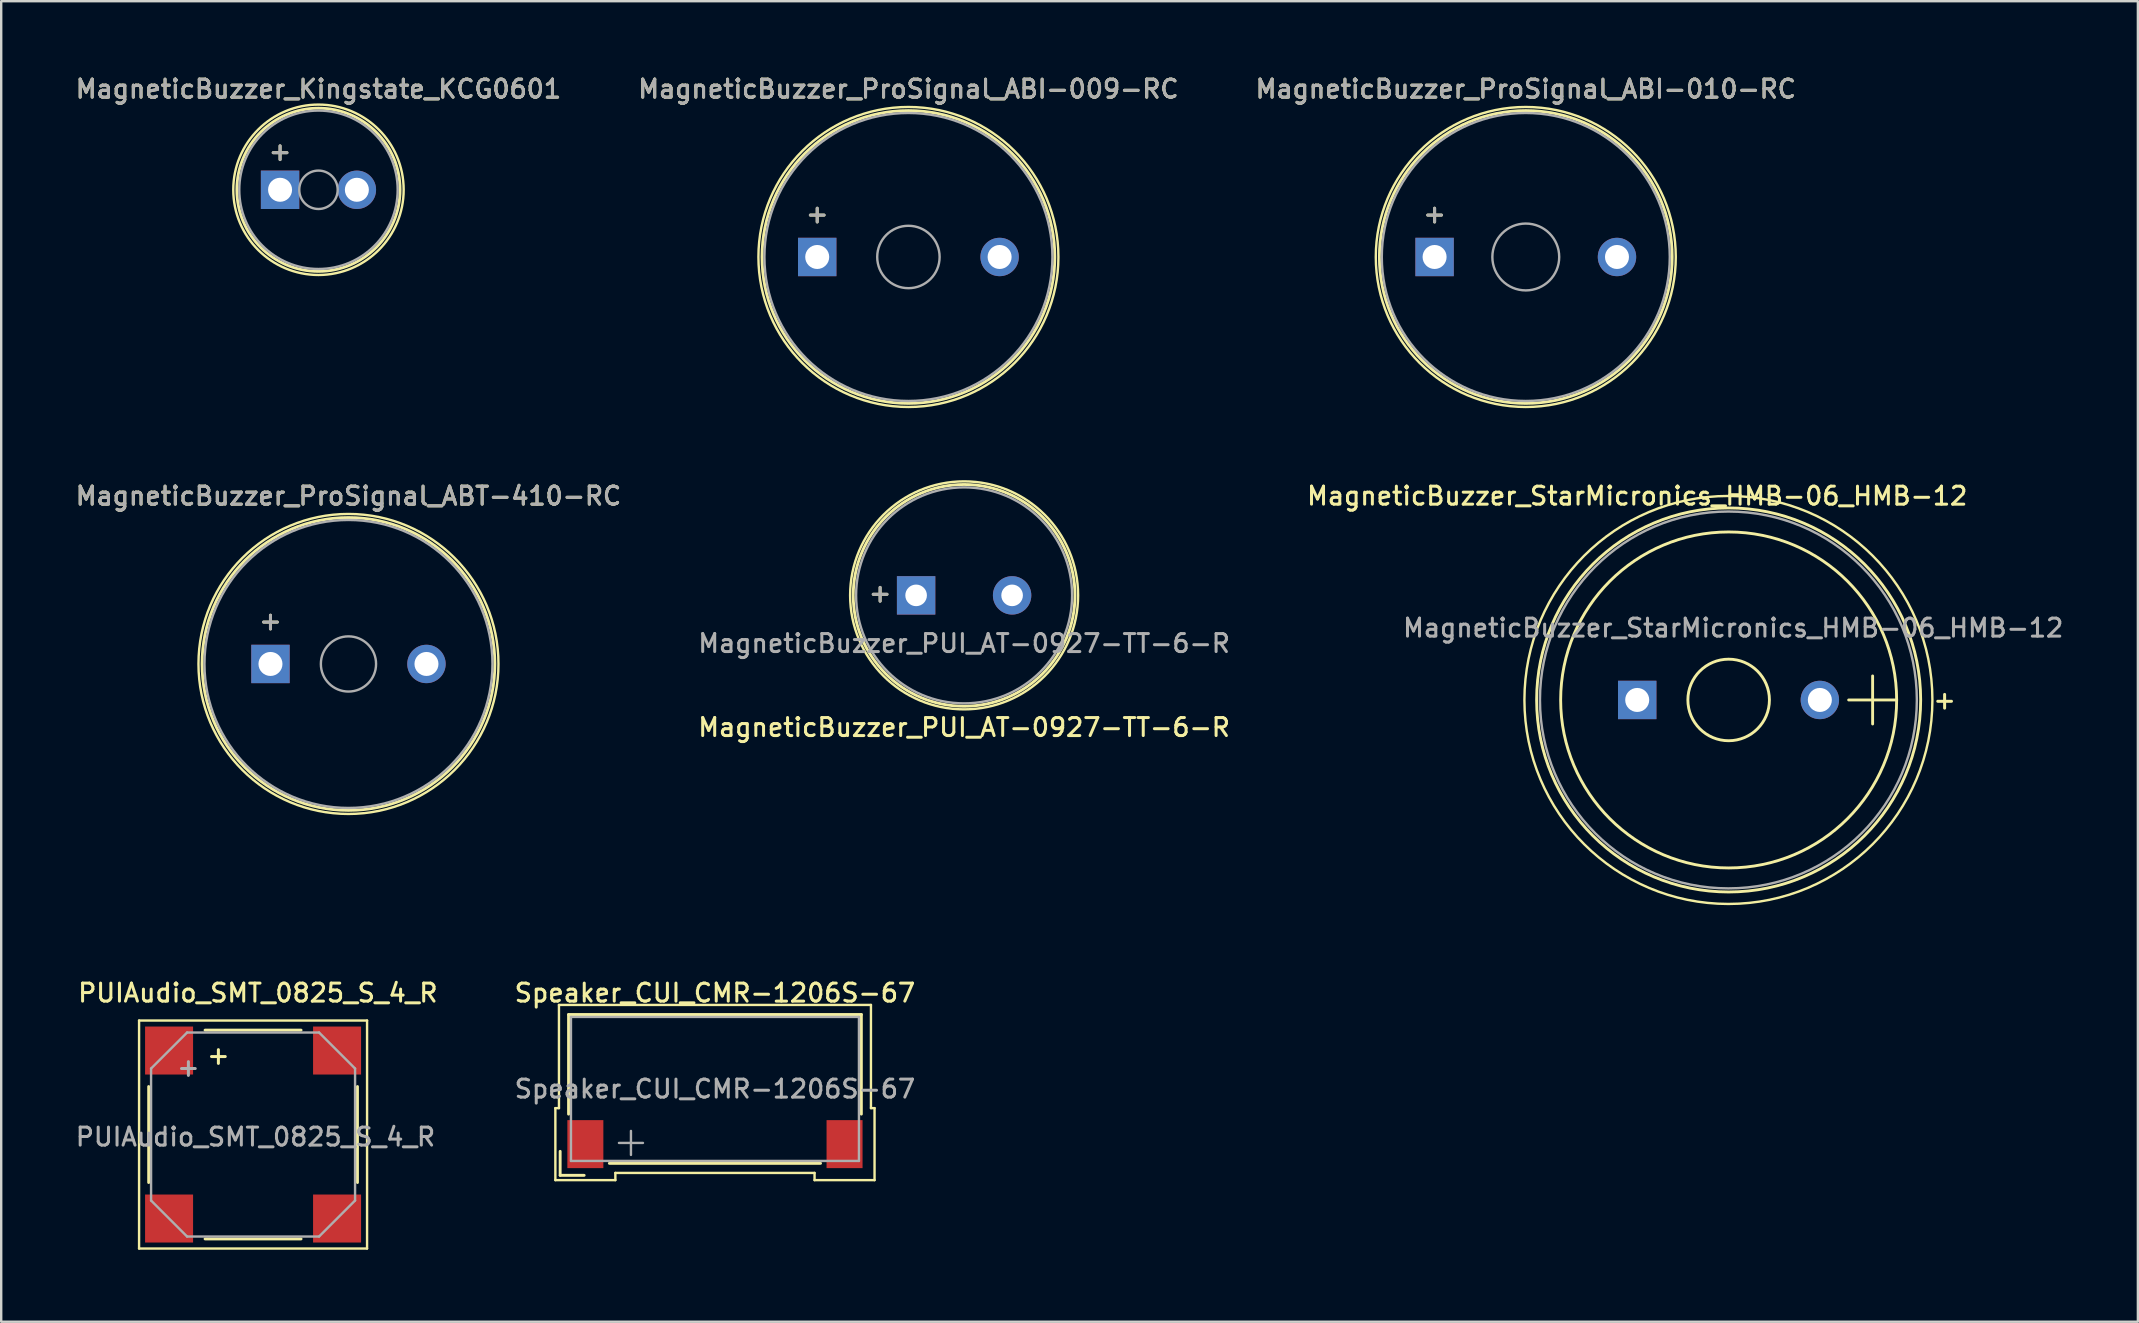
<source format=kicad_pcb>
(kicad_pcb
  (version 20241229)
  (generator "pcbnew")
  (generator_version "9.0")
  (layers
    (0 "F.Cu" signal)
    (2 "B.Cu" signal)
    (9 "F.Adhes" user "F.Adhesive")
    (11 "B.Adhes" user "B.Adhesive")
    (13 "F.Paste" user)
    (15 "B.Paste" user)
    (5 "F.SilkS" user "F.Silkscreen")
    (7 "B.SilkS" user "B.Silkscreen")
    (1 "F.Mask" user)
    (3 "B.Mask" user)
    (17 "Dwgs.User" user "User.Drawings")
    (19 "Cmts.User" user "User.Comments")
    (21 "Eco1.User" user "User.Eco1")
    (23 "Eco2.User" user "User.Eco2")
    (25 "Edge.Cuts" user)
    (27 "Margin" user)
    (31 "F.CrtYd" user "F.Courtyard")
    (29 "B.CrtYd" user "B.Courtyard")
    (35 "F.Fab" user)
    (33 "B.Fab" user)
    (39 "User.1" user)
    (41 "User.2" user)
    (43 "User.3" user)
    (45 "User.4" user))
  (footprint "PUIAudio_SMT_0825_S_4_R"
    (layer "F.Cu")
    (at 7.495 44.224)
    (property "Reference" "PUIAudio_SMT_0825_S_4_R" (at 0.2 -5.9 0) (layer "F.SilkS") (effects (font (size 0.75 0.75) (thickness 0.125))))
    (attr smd)
    (fp_line (start -4.75 -4.75) (end 4.75 -4.75) (stroke (width 0.1) (type solid)) (layer "F.SilkS"))
    (fp_line (start -4.75 4.75) (end -4.75 -4.75) (stroke (width 0.1) (type solid)) (layer "F.SilkS"))
    (fp_line (start -4.35 -2) (end -4.35 2) (stroke (width 0.12) (type solid)) (layer "F.SilkS"))
    (fp_line (start -2 4.35) (end 2 4.35) (stroke (width 0.12) (type solid)) (layer "F.SilkS"))
    (fp_line (start 2 -4.35) (end -2 -4.35) (stroke (width 0.12) (type solid)) (layer "F.SilkS"))
    (fp_line (start 4.35 2) (end 4.35 -2) (stroke (width 0.12) (type solid)) (layer "F.SilkS"))
    (fp_line (start 4.75 -4.75) (end 4.75 4.75) (stroke (width 0.1) (type solid)) (layer "F.SilkS"))
    (fp_line (start 4.75 4.75) (end -4.75 4.75) (stroke (width 0.1) (type solid)) (layer "F.SilkS"))
    (fp_line (start -4.25 -2.75) (end -2.75 -4.25) (stroke (width 0.1) (type solid)) (layer "F.Fab"))
    (fp_line (start -4.25 2.75) (end -4.25 -2.75) (stroke (width 0.1) (type solid)) (layer "F.Fab"))
    (fp_line (start -2.75 -4.25) (end 2.75 -4.25) (stroke (width 0.1) (type solid)) (layer "F.Fab"))
    (fp_line (start -2.75 4.25) (end -4.25 2.75) (stroke (width 0.1) (type solid)) (layer "F.Fab"))
    (fp_line (start 2.75 -4.25) (end 4.25 -2.75) (stroke (width 0.1) (type solid)) (layer "F.Fab"))
    (fp_line (start 2.75 4.25) (end -2.75 4.25) (stroke (width 0.1) (type solid)) (layer "F.Fab"))
    (fp_line (start 4.25 -2.75) (end 4.25 2.75) (stroke (width 0.1) (type solid)) (layer "F.Fab"))
    (fp_line (start 4.25 2.75) (end 2.75 4.25) (stroke (width 0.1) (type solid)) (layer "F.Fab"))
    (fp_text user "+" (at -1.5 -3.25 270) (layer "F.SilkS") (effects (font (size 0.75 0.75) (thickness 0.125))))
    (fp_text user "+" (at -2.75 -2.75 270) (layer "F.Fab") (effects (font (size 0.75 0.75) (thickness 0.125))))
    (fp_text user "${REFERENCE}" (at 0.1 0.1 0) (layer "F.Fab") (effects (font (size 0.75 0.75) (thickness 0.125))))
    (pad "1" smd rect (at -3.5 -3.5 270) (size 2 2) (layers "F.Cu" "F.Mask" "F.Paste"))
    (pad "2" smd rect (at -3.5 3.5 270) (size 2 2) (layers "F.Cu" "F.Mask" "F.Paste"))
    (pad "3" smd rect (at 3.5 3.5 270) (size 2 2) (layers "F.Cu" "F.Mask" "F.Paste"))
    (pad "4" smd rect (at 3.5 -3.5 270) (size 2 2) (layers "F.Cu" "F.Mask" "F.Paste")))
  (footprint "MagneticBuzzer_StarMicronics_HMB-06_HMB-12"
    (layer "F.Cu")
    (at 65.17 26.116)
    (property "Reference" "MagneticBuzzer_StarMicronics_HMB-06_HMB-12" (at 0 -8.5 0) (layer "F.SilkS") (effects (font (size 0.75 0.75) (thickness 0.125))))
    (attr through_hole)
    (fp_line (start 8.811 0) (end 10.81 0) (stroke (width 0.12) (type solid)) (layer "F.SilkS"))
    (fp_line (start 9.809 -1.001) (end 9.809 1.001) (stroke (width 0.12) (type solid)) (layer "F.SilkS"))
    (fp_circle (center 3.8 0) (end 12.3 0) (stroke (width 0.1) (type solid)) (fill no) (layer "F.SilkS"))
    (fp_circle (center 3.81 0) (end 5.509 0) (stroke (width 0.12) (type solid)) (fill no) (layer "F.SilkS"))
    (fp_circle (center 3.81 0) (end 10.81 0) (stroke (width 0.12) (type solid)) (fill no) (layer "F.SilkS"))
    (fp_circle (center 3.81 0) (end 11.811 0) (stroke (width 0.12) (type solid)) (fill no) (layer "F.SilkS"))
    (fp_circle (center 3.8 0) (end 11.6 -0.9) (stroke (width 0.1) (type solid)) (fill no) (layer "F.Fab"))
    (fp_text user "+" (at 12.809 0 0) (layer "F.SilkS") (effects (font (size 0.75 0.75) (thickness 0.125))))
    (fp_text user "${REFERENCE}" (at 4 -3 0) (layer "F.Fab") (effects (font (size 0.75 0.75) (thickness 0.125))))
    (pad "1" thru_hole rect (at 0 0) (size 1.6 1.6) (drill 1.001) (layers "*.Cu" "*.Mask"))
    (pad "2" thru_hole circle (at 7.61 0) (size 1.6 1.6) (drill 1.001) (layers "*.Cu" "*.Mask")))
  (footprint "MagneticBuzzer_ProSignal_ABI-009-RC"
    (layer "F.Cu")
    (at 31.002 7.658)
    (property "Reference" "MagneticBuzzer_ProSignal_ABI-009-RC" (at 3.8 -7 0) (layer "F.SilkS") (effects (font (size 0.75 0.75) (thickness 0.125))))
    (attr through_hole)
    (fp_circle (center 3.8 0) (end 9.9 0) (stroke (width 0.12) (type solid)) (fill no) (layer "F.SilkS"))
    (fp_circle (center 3.8 0) (end 10.05 0) (stroke (width 0.1) (type solid)) (fill no) (layer "F.SilkS"))
    (fp_circle (center 3.8 0) (end 5.1 0) (stroke (width 0.1) (type solid)) (fill no) (layer "F.Fab"))
    (fp_circle (center 3.8 0) (end 9.8 0) (stroke (width 0.1) (type solid)) (fill no) (layer "F.Fab"))
    (fp_text user "+" (at 0 -1.8 0) (layer "F.SilkS") (effects (font (size 0.75 0.75) (thickness 0.125))))
    (fp_text user "${REFERENCE}" (at 3.8 -7 0) (layer "F.Fab") (effects (font (size 0.75 0.75) (thickness 0.125))))
    (fp_text user "+" (at 0 -1.8 0) (layer "F.Fab") (effects (font (size 0.75 0.75) (thickness 0.125))))
    (pad "1" thru_hole rect (at 0 0) (size 1.6 1.6) (drill 1) (layers "*.Cu" "*.Mask"))
    (pad "2" thru_hole circle (at 7.6 0) (size 1.6 1.6) (drill 1) (layers "*.Cu" "*.Mask")))
  (footprint "MagneticBuzzer_PUI_AT-0927-TT-6-R"
    (layer "F.Cu")
    (at 35.123 21.758)
    (property "Reference" "MagneticBuzzer_PUI_AT-0927-TT-6-R" (at 2 5.5 0) (layer "F.SilkS") (effects (font (size 0.75 0.75) (thickness 0.125))))
    (attr through_hole)
    (fp_circle (center 2 0) (end 6.62 0) (stroke (width 0.12) (type solid)) (fill no) (layer "F.SilkS"))
    (fp_circle (center 2 0) (end 6.75 0) (stroke (width 0.1) (type solid)) (fill no) (layer "F.SilkS"))
    (fp_circle (center 2 0) (end 6.5 0) (stroke (width 0.1) (type solid)) (fill no) (layer "F.Fab"))
    (fp_text user "+" (at -1.5 -0.1 0) (layer "F.SilkS") (effects (font (size 0.75 0.75) (thickness 0.125))))
    (fp_text user "+" (at -1.5 -0.1 0) (layer "F.Fab") (effects (font (size 0.75 0.75) (thickness 0.125))))
    (fp_text user "${REFERENCE}" (at 2 2 0) (layer "F.Fab") (effects (font (size 0.75 0.75) (thickness 0.125))))
    (pad "1" thru_hole rect (at 0 0) (size 1.6 1.6) (drill 0.9) (layers "*.Cu" "*.Mask"))
    (pad "2" thru_hole circle (at 4 0) (size 1.6 1.6) (drill 0.9) (layers "*.Cu" "*.Mask")))
  (footprint "MagneticBuzzer_Kingstate_KCG0601"
    (layer "F.Cu")
    (at 8.62 4.858)
    (property "Reference" "MagneticBuzzer_Kingstate_KCG0601" (at 1.6 -4.2 0) (layer "F.SilkS") (effects (font (size 0.75 0.75) (thickness 0.125))))
    (attr through_hole)
    (fp_circle (center 1.6 0) (end 5 0) (stroke (width 0.12) (type solid)) (fill no) (layer "F.SilkS"))
    (fp_circle (center 1.6 0) (end 5.15 0) (stroke (width 0.1) (type solid)) (fill no) (layer "F.SilkS"))
    (fp_circle (center 1.6 0) (end 2.4 0) (stroke (width 0.1) (type solid)) (fill no) (layer "F.Fab"))
    (fp_circle (center 1.6 0) (end 4.9 0) (stroke (width 0.1) (type solid)) (fill no) (layer "F.Fab"))
    (fp_text user "+" (at 0 -1.6 0) (layer "F.SilkS") (effects (font (size 0.75 0.75) (thickness 0.125))))
    (fp_text user "${REFERENCE}" (at 1.6 -4.2 0) (layer "F.Fab") (effects (font (size 0.75 0.75) (thickness 0.125))))
    (fp_text user "+" (at 0 -1.6 0) (layer "F.Fab") (effects (font (size 0.75 0.75) (thickness 0.125))))
    (pad "1" thru_hole rect (at 0 0) (size 1.6 1.6) (drill 1) (layers "*.Cu" "*.Mask"))
    (pad "2" thru_hole circle (at 3.2 0) (size 1.6 1.6) (drill 1) (layers "*.Cu" "*.Mask")))
  (footprint "MagneticBuzzer_ProSignal_ABT-410-RC"
    (layer "F.Cu")
    (at 8.22 24.616)
    (property "Reference" "MagneticBuzzer_ProSignal_ABT-410-RC" (at 3.25 -7 0) (layer "F.SilkS") (effects (font (size 0.75 0.75) (thickness 0.125))))
    (attr through_hole)
    (fp_circle (center 3.25 0) (end 9.35 0) (stroke (width 0.12) (type solid)) (fill no) (layer "F.SilkS"))
    (fp_circle (center 3.25 0) (end 9.5 0) (stroke (width 0.1) (type solid)) (fill no) (layer "F.SilkS"))
    (fp_circle (center 3.25 0) (end 4.4 0) (stroke (width 0.1) (type solid)) (fill no) (layer "F.Fab"))
    (fp_circle (center 3.25 0) (end 9.25 0) (stroke (width 0.1) (type solid)) (fill no) (layer "F.Fab"))
    (fp_text user "+" (at 0 -1.8 0) (layer "F.SilkS") (effects (font (size 0.75 0.75) (thickness 0.125))))
    (fp_text user "+" (at 0 -1.8 0) (layer "F.Fab") (effects (font (size 0.75 0.75) (thickness 0.125))))
    (fp_text user "${REFERENCE}" (at 3.25 -7 0) (layer "F.Fab") (effects (font (size 0.75 0.75) (thickness 0.125))))
    (pad "1" thru_hole rect (at 0 0) (size 1.6 1.6) (drill 1) (layers "*.Cu" "*.Mask"))
    (pad "2" thru_hole circle (at 6.5 0) (size 1.6 1.6) (drill 1) (layers "*.Cu" "*.Mask")))
  (footprint "Speaker_CUI_CMR-1206S-67"
    (layer "F.Cu")
    (at 26.741 42.324)
    (property "Reference" "Speaker_CUI_CMR-1206S-67" (at 0 -4 0) (layer "F.SilkS") (effects (font (size 0.75 0.75) (thickness 0.125))))
    (attr smd)
    (fp_line (start -6.65 0.8) (end -6.65 3.8) (stroke (width 0.1) (type solid)) (layer "F.SilkS"))
    (fp_line (start -6.65 3.8) (end -4.15 3.8) (stroke (width 0.1) (type solid)) (layer "F.SilkS"))
    (fp_line (start -6.5 -3.5) (end 6.5 -3.5) (stroke (width 0.1) (type solid)) (layer "F.SilkS"))
    (fp_line (start -6.5 0.8) (end -6.65 0.8) (stroke (width 0.1) (type solid)) (layer "F.SilkS"))
    (fp_line (start -6.5 0.8) (end -6.5 -3.5) (stroke (width 0.1) (type solid)) (layer "F.SilkS"))
    (fp_line (start -6.45 2.6) (end -6.45 3.6) (stroke (width 0.12) (type solid)) (layer "F.SilkS"))
    (fp_line (start -6.45 3.6) (end -5.45 3.6) (stroke (width 0.12) (type solid)) (layer "F.SilkS"))
    (fp_line (start -6.1 -3.1) (end 6.1 -3.1) (stroke (width 0.12) (type solid)) (layer "F.SilkS"))
    (fp_line (start -6.1 1.05) (end -6.1 -3.1) (stroke (width 0.12) (type solid)) (layer "F.SilkS"))
    (fp_line (start -4.15 3.8) (end -4.15 3.5) (stroke (width 0.1) (type solid)) (layer "F.SilkS"))
    (fp_line (start 4.15 3.5) (end -4.15 3.5) (stroke (width 0.1) (type solid)) (layer "F.SilkS"))
    (fp_line (start 4.15 3.8) (end 4.15 3.5) (stroke (width 0.1) (type solid)) (layer "F.SilkS"))
    (fp_line (start 4.4 3.1) (end -4.4 3.1) (stroke (width 0.12) (type solid)) (layer "F.SilkS"))
    (fp_line (start 6.1 -3.1) (end 6.1 1.05) (stroke (width 0.12) (type solid)) (layer "F.SilkS"))
    (fp_line (start 6.5 -3.5) (end 6.5 0.8) (stroke (width 0.1) (type solid)) (layer "F.SilkS"))
    (fp_line (start 6.5 0.8) (end 6.65 0.8) (stroke (width 0.1) (type solid)) (layer "F.SilkS"))
    (fp_line (start 6.65 0.8) (end 6.65 3.8) (stroke (width 0.1) (type solid)) (layer "F.SilkS"))
    (fp_line (start 6.65 3.8) (end 4.15 3.8) (stroke (width 0.1) (type solid)) (layer "F.SilkS"))
    (fp_line (start -6 -3) (end -6 3) (stroke (width 0.1) (type solid)) (layer "F.Fab"))
    (fp_line (start -6 3) (end 6 3) (stroke (width 0.1) (type solid)) (layer "F.Fab"))
    (fp_line (start -4 2.25) (end -3 2.25) (stroke (width 0.1) (type solid)) (layer "F.Fab"))
    (fp_line (start -3.5 2.75) (end -3.5 1.75) (stroke (width 0.1) (type solid)) (layer "F.Fab"))
    (fp_line (start 6 -3) (end -6 -3) (stroke (width 0.1) (type solid)) (layer "F.Fab"))
    (fp_line (start 6 3) (end 6 -3) (stroke (width 0.1) (type solid)) (layer "F.Fab"))
    (fp_text user "${REFERENCE}" (at 0 0 180) (layer "F.Fab") (effects (font (size 0.75 0.75) (thickness 0.125))))
    (pad "1" smd rect (at -5.4 2.3 180) (size 1.5 2) (layers "F.Cu" "F.Mask"))
    (pad "2" smd rect (at 5.4 2.3 180) (size 1.5 2) (layers "F.Cu" "F.Mask")))
  (footprint "MagneticBuzzer_ProSignal_ABI-010-RC"
    (layer "F.Cu")
    (at 56.727 7.658)
    (property "Reference" "MagneticBuzzer_ProSignal_ABI-010-RC" (at 3.8 -7 0) (layer "F.SilkS") (effects (font (size 0.75 0.75) (thickness 0.125))))
    (attr through_hole)
    (fp_circle (center 3.8 0) (end 9.9 0) (stroke (width 0.12) (type solid)) (fill no) (layer "F.SilkS"))
    (fp_circle (center 3.8 0) (end 10.05 0) (stroke (width 0.1) (type solid)) (fill no) (layer "F.SilkS"))
    (fp_circle (center 3.8 0) (end 5.1 0.5) (stroke (width 0.1) (type solid)) (fill no) (layer "F.Fab"))
    (fp_circle (center 3.8 0) (end 9.8 0) (stroke (width 0.1) (type solid)) (fill no) (layer "F.Fab"))
    (fp_text user "+" (at 0 -1.8 0) (layer "F.SilkS") (effects (font (size 0.75 0.75) (thickness 0.125))))
    (fp_text user "+" (at 0 -1.8 0) (layer "F.Fab") (effects (font (size 0.75 0.75) (thickness 0.125))))
    (fp_text user "${REFERENCE}" (at 3.8 -7 0) (layer "F.Fab") (effects (font (size 0.75 0.75) (thickness 0.125))))
    (pad "1" thru_hole rect (at 0 0) (size 1.6 1.6) (drill 1) (layers "*.Cu" "*.Mask"))
    (pad "2" thru_hole circle (at 7.6 0) (size 1.6 1.6) (drill 1) (layers "*.Cu" "*.Mask")))
  (gr_rect
    (start -3 -3)
    (end 86.032 52.024)
    (stroke (width 0.1) (type default))
    (fill no)
    (layer "Edge.Cuts")))
</source>
